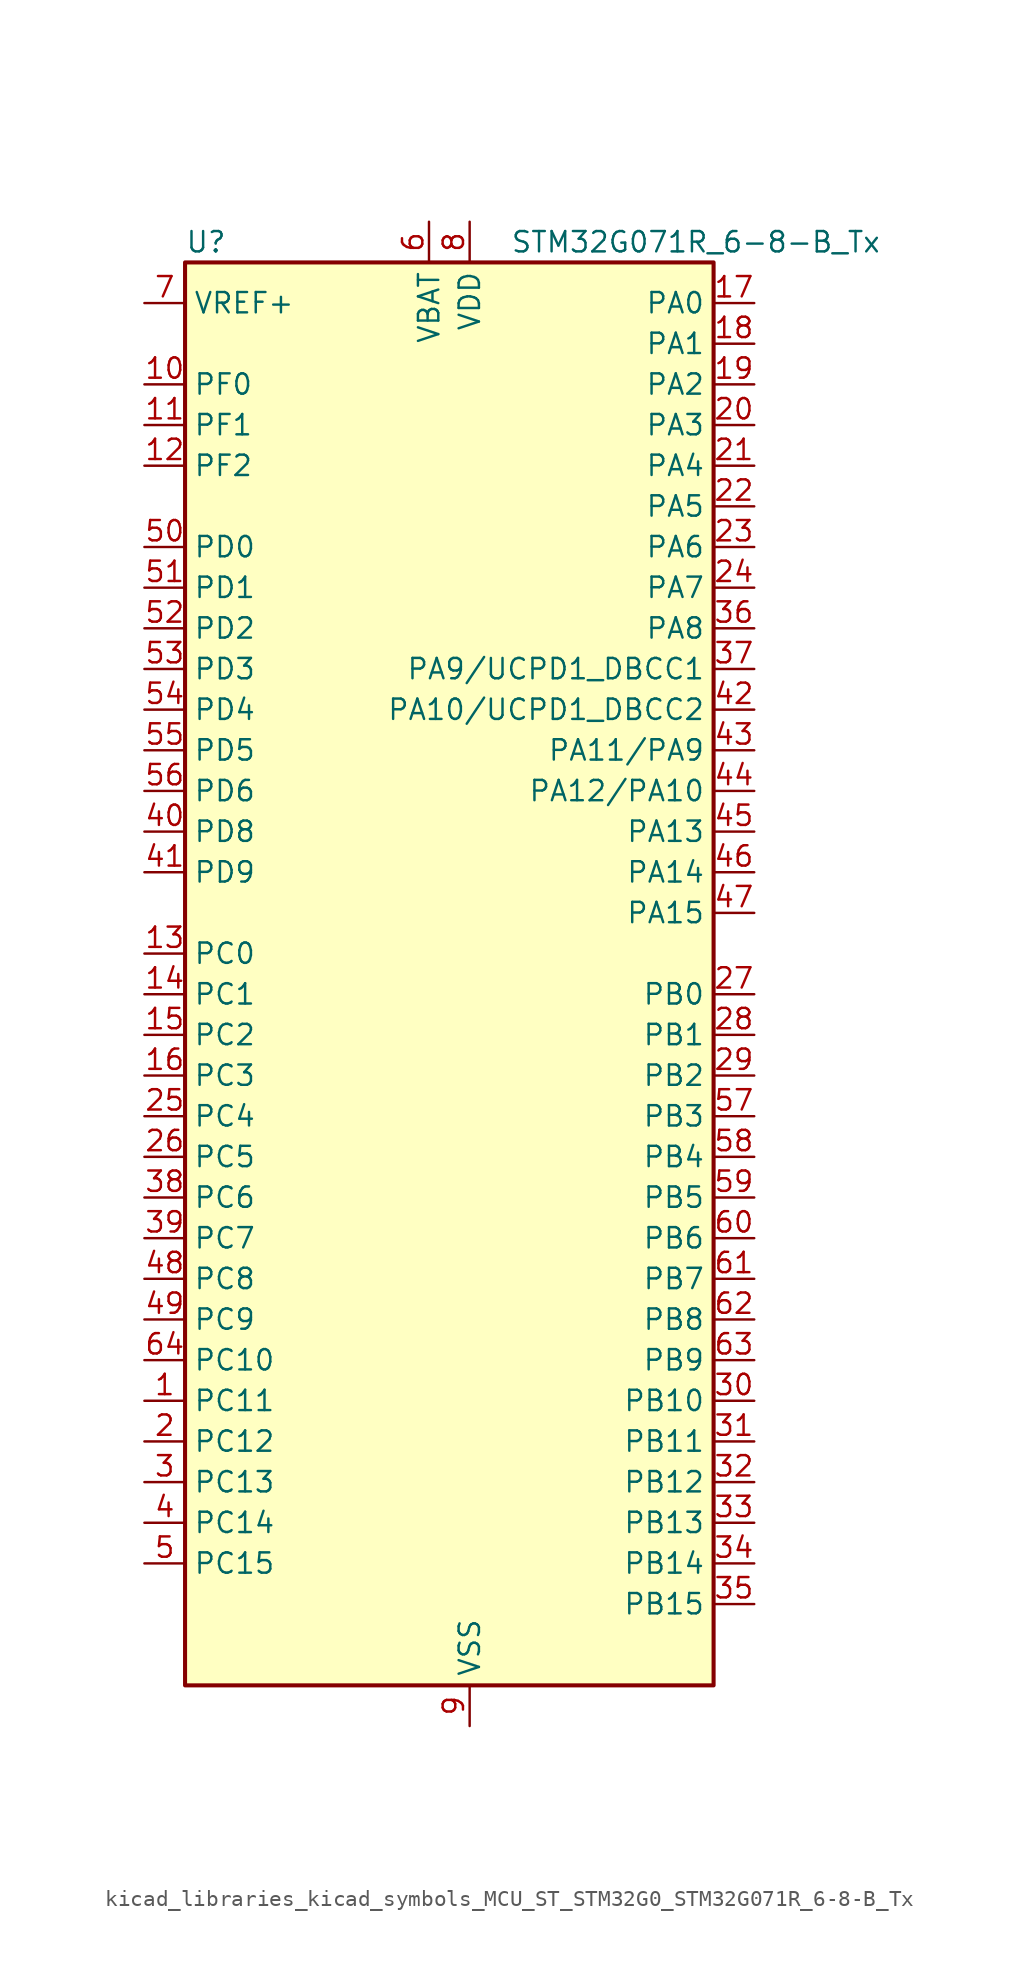
<source format=kicad_sym>
(kicad_symbol_lib
  (version 20220914)
  (generator kicad_symbol_editor)
  (symbol "kicad_libraries_kicad_symbols_MCU_ST_STM32G0_STM32G071R_6-8-B_Tx"
    (property "Reference" "U"
      (at -15.24 46.99 0)
      (effects (font (size 1.27 1.27)) (justify left)))
    (property "Value" "STM32G071R_6-8-B_Tx"
      (at 5.08 46.99 0)
      (effects (font (size 1.27 1.27)) (justify left)))
    (property "ki_locked" ""
      (at 0 0 0)
      (effects (font (size 1.27 1.27))))
    (symbol "kicad_libraries_kicad_symbols_MCU_ST_STM32G0_STM32G071R_6-8-B_Tx_0_1"
      (rectangle (start -15.24 -43.18) (end 17.78 45.72) (stroke (width 0.254) (type default)) (fill (type background))))
    (symbol "kicad_libraries_kicad_symbols_MCU_ST_STM32G0_STM32G071R_6-8-B_Tx_1_1"
      (pin bidirectional line (at -17.78 -25.4 0) (length 2.54) (name "PC11" (effects (font (size 1.27 1.27)))) (number "1" (effects (font (size 1.27 1.27)))) (alternate "ADC1_EXTI11" bidirectional line) (alternate "TIM1_CH4" bidirectional line) (alternate "USART3_RX" bidirectional line) (alternate "USART4_RX" bidirectional line))
      (pin bidirectional line (at -17.78 38.1 0) (length 2.54) (name "PF0" (effects (font (size 1.27 1.27)))) (number "10" (effects (font (size 1.27 1.27)))) (alternate "RCC_OSC_IN" bidirectional line) (alternate "TIM14_CH1" bidirectional line))
      (pin bidirectional line (at -17.78 35.56 0) (length 2.54) (name "PF1" (effects (font (size 1.27 1.27)))) (number "11" (effects (font (size 1.27 1.27)))) (alternate "RCC_OSC_EN" bidirectional line) (alternate "RCC_OSC_OUT" bidirectional line) (alternate "TIM15_CH1N" bidirectional line))
      (pin bidirectional line (at -17.78 33.02 0) (length 2.54) (name "PF2" (effects (font (size 1.27 1.27)))) (number "12" (effects (font (size 1.27 1.27)))) (alternate "RCC_MCO" bidirectional line))
      (pin bidirectional line (at -17.78 2.54 0) (length 2.54) (name "PC0" (effects (font (size 1.27 1.27)))) (number "13" (effects (font (size 1.27 1.27)))) (alternate "LPTIM1_IN1" bidirectional line) (alternate "LPTIM2_IN1" bidirectional line) (alternate "LPUART1_RX" bidirectional line))
      (pin bidirectional line (at -17.78 0 0) (length 2.54) (name "PC1" (effects (font (size 1.27 1.27)))) (number "14" (effects (font (size 1.27 1.27)))) (alternate "LPTIM1_OUT" bidirectional line) (alternate "LPUART1_TX" bidirectional line) (alternate "TIM15_CH1" bidirectional line))
      (pin bidirectional line (at -17.78 -2.54 0) (length 2.54) (name "PC2" (effects (font (size 1.27 1.27)))) (number "15" (effects (font (size 1.27 1.27)))) (alternate "LPTIM1_IN2" bidirectional line) (alternate "SPI2_MISO" bidirectional line) (alternate "TIM15_CH2" bidirectional line))
      (pin bidirectional line (at -17.78 -5.08 0) (length 2.54) (name "PC3" (effects (font (size 1.27 1.27)))) (number "16" (effects (font (size 1.27 1.27)))) (alternate "LPTIM1_ETR" bidirectional line) (alternate "LPTIM2_ETR" bidirectional line) (alternate "SPI2_MOSI" bidirectional line))
      (pin bidirectional line (at 20.32 43.18 180) (length 2.54) (name "PA0" (effects (font (size 1.27 1.27)))) (number "17" (effects (font (size 1.27 1.27)))) (alternate "ADC1_IN0" bidirectional line) (alternate "COMP1_INM" bidirectional line) (alternate "COMP1_OUT" bidirectional line) (alternate "LPTIM1_OUT" bidirectional line) (alternate "RTC_TAMP_IN2" bidirectional line) (alternate "SPI2_SCK" bidirectional line) (alternate "SYS_WKUP1" bidirectional line) (alternate "TIM2_CH1" bidirectional line) (alternate "TIM2_ETR" bidirectional line) (alternate "UCPD2_FRSTX1" bidirectional line) (alternate "UCPD2_FRSTX2" bidirectional line) (alternate "USART2_CTS" bidirectional line) (alternate "USART2_NSS" bidirectional line) (alternate "USART4_TX" bidirectional line))
      (pin bidirectional line (at 20.32 40.64 180) (length 2.54) (name "PA1" (effects (font (size 1.27 1.27)))) (number "18" (effects (font (size 1.27 1.27)))) (alternate "ADC1_IN1" bidirectional line) (alternate "COMP1_INP" bidirectional line) (alternate "I2C1_SMBA" bidirectional line) (alternate "I2S1_CK" bidirectional line) (alternate "SPI1_SCK" bidirectional line) (alternate "TIM15_CH1N" bidirectional line) (alternate "TIM2_CH2" bidirectional line) (alternate "USART2_CK" bidirectional line) (alternate "USART2_DE" bidirectional line) (alternate "USART2_RTS" bidirectional line) (alternate "USART4_RX" bidirectional line))
      (pin bidirectional line (at 20.32 38.1 180) (length 2.54) (name "PA2" (effects (font (size 1.27 1.27)))) (number "19" (effects (font (size 1.27 1.27)))) (alternate "ADC1_IN2" bidirectional line) (alternate "COMP2_INM" bidirectional line) (alternate "COMP2_OUT" bidirectional line) (alternate "I2S1_SD" bidirectional line) (alternate "LPUART1_TX" bidirectional line) (alternate "RCC_LSCO" bidirectional line) (alternate "SPI1_MOSI" bidirectional line) (alternate "SYS_WKUP4" bidirectional line) (alternate "TIM15_CH1" bidirectional line) (alternate "TIM2_CH3" bidirectional line) (alternate "UCPD1_FRSTX1" bidirectional line) (alternate "UCPD1_FRSTX2" bidirectional line) (alternate "USART2_TX" bidirectional line))
      (pin bidirectional line (at -17.78 -27.94 0) (length 2.54) (name "PC12" (effects (font (size 1.27 1.27)))) (number "2" (effects (font (size 1.27 1.27)))) (alternate "LPTIM1_IN1" bidirectional line) (alternate "TIM14_CH1" bidirectional line) (alternate "UCPD1_FRSTX1" bidirectional line) (alternate "UCPD1_FRSTX2" bidirectional line))
      (pin bidirectional line (at 20.32 35.56 180) (length 2.54) (name "PA3" (effects (font (size 1.27 1.27)))) (number "20" (effects (font (size 1.27 1.27)))) (alternate "ADC1_IN3" bidirectional line) (alternate "COMP2_INP" bidirectional line) (alternate "LPUART1_RX" bidirectional line) (alternate "SPI2_MISO" bidirectional line) (alternate "TIM15_CH2" bidirectional line) (alternate "TIM2_CH4" bidirectional line) (alternate "UCPD2_FRSTX1" bidirectional line) (alternate "UCPD2_FRSTX2" bidirectional line) (alternate "USART2_RX" bidirectional line))
      (pin bidirectional line (at 20.32 33.02 180) (length 2.54) (name "PA4" (effects (font (size 1.27 1.27)))) (number "21" (effects (font (size 1.27 1.27)))) (alternate "ADC1_IN4" bidirectional line) (alternate "DAC1_OUT1" bidirectional line) (alternate "I2S1_WS" bidirectional line) (alternate "LPTIM2_OUT" bidirectional line) (alternate "RTC_OUT_ALARM" bidirectional line) (alternate "RTC_OUT_CALIB" bidirectional line) (alternate "SPI1_NSS" bidirectional line) (alternate "SPI2_MOSI" bidirectional line) (alternate "TIM14_CH1" bidirectional line) (alternate "UCPD2_FRSTX1" bidirectional line) (alternate "UCPD2_FRSTX2" bidirectional line))
      (pin bidirectional line (at 20.32 30.48 180) (length 2.54) (name "PA5" (effects (font (size 1.27 1.27)))) (number "22" (effects (font (size 1.27 1.27)))) (alternate "ADC1_IN5" bidirectional line) (alternate "CEC" bidirectional line) (alternate "DAC1_OUT2" bidirectional line) (alternate "I2S1_CK" bidirectional line) (alternate "LPTIM2_ETR" bidirectional line) (alternate "SPI1_SCK" bidirectional line) (alternate "TIM2_CH1" bidirectional line) (alternate "TIM2_ETR" bidirectional line) (alternate "UCPD1_FRSTX1" bidirectional line) (alternate "UCPD1_FRSTX2" bidirectional line) (alternate "USART3_TX" bidirectional line))
      (pin bidirectional line (at 20.32 27.94 180) (length 2.54) (name "PA6" (effects (font (size 1.27 1.27)))) (number "23" (effects (font (size 1.27 1.27)))) (alternate "ADC1_IN6" bidirectional line) (alternate "COMP1_OUT" bidirectional line) (alternate "I2S1_MCK" bidirectional line) (alternate "LPUART1_CTS" bidirectional line) (alternate "SPI1_MISO" bidirectional line) (alternate "TIM16_CH1" bidirectional line) (alternate "TIM1_BK" bidirectional line) (alternate "TIM3_CH1" bidirectional line) (alternate "USART3_CTS" bidirectional line) (alternate "USART3_NSS" bidirectional line))
      (pin bidirectional line (at 20.32 25.4 180) (length 2.54) (name "PA7" (effects (font (size 1.27 1.27)))) (number "24" (effects (font (size 1.27 1.27)))) (alternate "ADC1_IN7" bidirectional line) (alternate "COMP2_OUT" bidirectional line) (alternate "I2S1_SD" bidirectional line) (alternate "SPI1_MOSI" bidirectional line) (alternate "TIM14_CH1" bidirectional line) (alternate "TIM17_CH1" bidirectional line) (alternate "TIM1_CH1N" bidirectional line) (alternate "TIM3_CH2" bidirectional line) (alternate "UCPD1_FRSTX1" bidirectional line) (alternate "UCPD1_FRSTX2" bidirectional line))
      (pin bidirectional line (at -17.78 -7.62 0) (length 2.54) (name "PC4" (effects (font (size 1.27 1.27)))) (number "25" (effects (font (size 1.27 1.27)))) (alternate "ADC1_IN17" bidirectional line) (alternate "COMP1_INM" bidirectional line) (alternate "TIM2_CH1" bidirectional line) (alternate "TIM2_ETR" bidirectional line) (alternate "USART1_TX" bidirectional line) (alternate "USART3_TX" bidirectional line))
      (pin bidirectional line (at -17.78 -10.16 0) (length 2.54) (name "PC5" (effects (font (size 1.27 1.27)))) (number "26" (effects (font (size 1.27 1.27)))) (alternate "ADC1_IN18" bidirectional line) (alternate "COMP1_INP" bidirectional line) (alternate "SYS_WKUP5" bidirectional line) (alternate "TIM2_CH2" bidirectional line) (alternate "USART1_RX" bidirectional line) (alternate "USART3_RX" bidirectional line))
      (pin bidirectional line (at 20.32 0 180) (length 2.54) (name "PB0" (effects (font (size 1.27 1.27)))) (number "27" (effects (font (size 1.27 1.27)))) (alternate "ADC1_IN8" bidirectional line) (alternate "COMP1_OUT" bidirectional line) (alternate "I2S1_WS" bidirectional line) (alternate "LPTIM1_OUT" bidirectional line) (alternate "SPI1_NSS" bidirectional line) (alternate "TIM1_CH2N" bidirectional line) (alternate "TIM3_CH3" bidirectional line) (alternate "UCPD1_FRSTX1" bidirectional line) (alternate "UCPD1_FRSTX2" bidirectional line) (alternate "USART3_RX" bidirectional line))
      (pin bidirectional line (at 20.32 -2.54 180) (length 2.54) (name "PB1" (effects (font (size 1.27 1.27)))) (number "28" (effects (font (size 1.27 1.27)))) (alternate "ADC1_IN9" bidirectional line) (alternate "COMP1_INM" bidirectional line) (alternate "LPTIM2_IN1" bidirectional line) (alternate "LPUART1_DE" bidirectional line) (alternate "LPUART1_RTS" bidirectional line) (alternate "TIM14_CH1" bidirectional line) (alternate "TIM1_CH3N" bidirectional line) (alternate "TIM3_CH4" bidirectional line) (alternate "USART3_CK" bidirectional line) (alternate "USART3_DE" bidirectional line) (alternate "USART3_RTS" bidirectional line))
      (pin bidirectional line (at 20.32 -5.08 180) (length 2.54) (name "PB2" (effects (font (size 1.27 1.27)))) (number "29" (effects (font (size 1.27 1.27)))) (alternate "ADC1_IN10" bidirectional line) (alternate "COMP1_INP" bidirectional line) (alternate "LPTIM1_OUT" bidirectional line) (alternate "SPI2_MISO" bidirectional line) (alternate "USART3_TX" bidirectional line))
      (pin bidirectional line (at -17.78 -30.48 0) (length 2.54) (name "PC13" (effects (font (size 1.27 1.27)))) (number "3" (effects (font (size 1.27 1.27)))) (alternate "RTC_OUT_ALARM" bidirectional line) (alternate "RTC_OUT_CALIB" bidirectional line) (alternate "RTC_TAMP_IN1" bidirectional line) (alternate "RTC_TS" bidirectional line) (alternate "SYS_WKUP2" bidirectional line) (alternate "TIM1_BK" bidirectional line))
      (pin bidirectional line (at 20.32 -25.4 180) (length 2.54) (name "PB10" (effects (font (size 1.27 1.27)))) (number "30" (effects (font (size 1.27 1.27)))) (alternate "ADC1_IN11" bidirectional line) (alternate "CEC" bidirectional line) (alternate "COMP1_OUT" bidirectional line) (alternate "I2C2_SCL" bidirectional line) (alternate "LPUART1_RX" bidirectional line) (alternate "SPI2_SCK" bidirectional line) (alternate "TIM2_CH3" bidirectional line) (alternate "USART3_TX" bidirectional line))
      (pin bidirectional line (at 20.32 -27.94 180) (length 2.54) (name "PB11" (effects (font (size 1.27 1.27)))) (number "31" (effects (font (size 1.27 1.27)))) (alternate "ADC1_EXTI11" bidirectional line) (alternate "ADC1_IN15" bidirectional line) (alternate "COMP2_OUT" bidirectional line) (alternate "I2C2_SDA" bidirectional line) (alternate "LPUART1_TX" bidirectional line) (alternate "SPI2_MOSI" bidirectional line) (alternate "TIM2_CH4" bidirectional line) (alternate "USART3_RX" bidirectional line))
      (pin bidirectional line (at 20.32 -30.48 180) (length 2.54) (name "PB12" (effects (font (size 1.27 1.27)))) (number "32" (effects (font (size 1.27 1.27)))) (alternate "ADC1_IN16" bidirectional line) (alternate "LPUART1_DE" bidirectional line) (alternate "LPUART1_RTS" bidirectional line) (alternate "SPI2_NSS" bidirectional line) (alternate "TIM15_BK" bidirectional line) (alternate "TIM1_BK" bidirectional line) (alternate "UCPD2_FRSTX1" bidirectional line) (alternate "UCPD2_FRSTX2" bidirectional line))
      (pin bidirectional line (at 20.32 -33.02 180) (length 2.54) (name "PB13" (effects (font (size 1.27 1.27)))) (number "33" (effects (font (size 1.27 1.27)))) (alternate "I2C2_SCL" bidirectional line) (alternate "LPUART1_CTS" bidirectional line) (alternate "SPI2_SCK" bidirectional line) (alternate "TIM15_CH1N" bidirectional line) (alternate "TIM1_CH1N" bidirectional line) (alternate "USART3_CTS" bidirectional line) (alternate "USART3_NSS" bidirectional line))
      (pin bidirectional line (at 20.32 -35.56 180) (length 2.54) (name "PB14" (effects (font (size 1.27 1.27)))) (number "34" (effects (font (size 1.27 1.27)))) (alternate "I2C2_SDA" bidirectional line) (alternate "SPI2_MISO" bidirectional line) (alternate "TIM15_CH1" bidirectional line) (alternate "TIM1_CH2N" bidirectional line) (alternate "UCPD1_FRSTX1" bidirectional line) (alternate "UCPD1_FRSTX2" bidirectional line) (alternate "USART3_CK" bidirectional line) (alternate "USART3_DE" bidirectional line) (alternate "USART3_RTS" bidirectional line))
      (pin bidirectional line (at 20.32 -38.1 180) (length 2.54) (name "PB15" (effects (font (size 1.27 1.27)))) (number "35" (effects (font (size 1.27 1.27)))) (alternate "RTC_REFIN" bidirectional line) (alternate "SPI2_MOSI" bidirectional line) (alternate "TIM15_CH1N" bidirectional line) (alternate "TIM15_CH2" bidirectional line) (alternate "TIM1_CH3N" bidirectional line) (alternate "UCPD1_CC2" bidirectional line))
      (pin bidirectional line (at 20.32 22.86 180) (length 2.54) (name "PA8" (effects (font (size 1.27 1.27)))) (number "36" (effects (font (size 1.27 1.27)))) (alternate "LPTIM2_OUT" bidirectional line) (alternate "RCC_MCO" bidirectional line) (alternate "SPI2_NSS" bidirectional line) (alternate "TIM1_CH1" bidirectional line) (alternate "UCPD1_CC1" bidirectional line))
      (pin bidirectional line (at 20.32 20.32 180) (length 2.54) (name "PA9/UCPD1_DBCC1" (effects (font (size 1.27 1.27)))) (number "37" (effects (font (size 1.27 1.27)))) (alternate "DAC1_EXTI9" bidirectional line) (alternate "I2C1_SCL" bidirectional line) (alternate "RCC_MCO" bidirectional line) (alternate "SPI2_MISO" bidirectional line) (alternate "TIM15_BK" bidirectional line) (alternate "TIM1_CH2" bidirectional line) (alternate "UCPD1_DBCC1" bidirectional line) (alternate "USART1_TX" bidirectional line))
      (pin bidirectional line (at -17.78 -12.7 0) (length 2.54) (name "PC6" (effects (font (size 1.27 1.27)))) (number "38" (effects (font (size 1.27 1.27)))) (alternate "TIM2_CH3" bidirectional line) (alternate "TIM3_CH1" bidirectional line) (alternate "UCPD1_FRSTX1" bidirectional line) (alternate "UCPD1_FRSTX2" bidirectional line))
      (pin bidirectional line (at -17.78 -15.24 0) (length 2.54) (name "PC7" (effects (font (size 1.27 1.27)))) (number "39" (effects (font (size 1.27 1.27)))) (alternate "TIM2_CH4" bidirectional line) (alternate "TIM3_CH2" bidirectional line) (alternate "UCPD2_FRSTX1" bidirectional line) (alternate "UCPD2_FRSTX2" bidirectional line))
      (pin bidirectional line (at -17.78 -33.02 0) (length 2.54) (name "PC14" (effects (font (size 1.27 1.27)))) (number "4" (effects (font (size 1.27 1.27)))) (alternate "RCC_OSC32_IN" bidirectional line) (alternate "TIM1_BK2" bidirectional line))
      (pin bidirectional line (at -17.78 10.16 0) (length 2.54) (name "PD8" (effects (font (size 1.27 1.27)))) (number "40" (effects (font (size 1.27 1.27)))) (alternate "I2S1_CK" bidirectional line) (alternate "LPTIM1_OUT" bidirectional line) (alternate "SPI1_SCK" bidirectional line) (alternate "USART3_TX" bidirectional line))
      (pin bidirectional line (at -17.78 7.62 0) (length 2.54) (name "PD9" (effects (font (size 1.27 1.27)))) (number "41" (effects (font (size 1.27 1.27)))) (alternate "DAC1_EXTI9" bidirectional line) (alternate "I2S1_WS" bidirectional line) (alternate "SPI1_NSS" bidirectional line) (alternate "TIM1_BK2" bidirectional line) (alternate "USART3_RX" bidirectional line))
      (pin bidirectional line (at 20.32 17.78 180) (length 2.54) (name "PA10/UCPD1_DBCC2" (effects (font (size 1.27 1.27)))) (number "42" (effects (font (size 1.27 1.27)))) (alternate "I2C1_SDA" bidirectional line) (alternate "SPI2_MOSI" bidirectional line) (alternate "TIM17_BK" bidirectional line) (alternate "TIM1_CH3" bidirectional line) (alternate "UCPD1_DBCC2" bidirectional line) (alternate "USART1_RX" bidirectional line))
      (pin bidirectional line (at 20.32 15.24 180) (length 2.54) (name "PA11/PA9" (effects (font (size 1.27 1.27)))) (number "43" (effects (font (size 1.27 1.27)))) (alternate "ADC1_EXTI11" bidirectional line) (alternate "COMP1_OUT" bidirectional line) (alternate "I2C2_SCL" bidirectional line) (alternate "I2S1_MCK" bidirectional line) (alternate "SPI1_MISO" bidirectional line) (alternate "TIM1_BK2" bidirectional line) (alternate "TIM1_CH4" bidirectional line) (alternate "USART1_CTS" bidirectional line) (alternate "USART1_NSS" bidirectional line))
      (pin bidirectional line (at 20.32 12.7 180) (length 2.54) (name "PA12/PA10" (effects (font (size 1.27 1.27)))) (number "44" (effects (font (size 1.27 1.27)))) (alternate "COMP2_OUT" bidirectional line) (alternate "I2C2_SDA" bidirectional line) (alternate "I2S1_SD" bidirectional line) (alternate "I2S_CKIN" bidirectional line) (alternate "SPI1_MOSI" bidirectional line) (alternate "TIM1_ETR" bidirectional line) (alternate "USART1_CK" bidirectional line) (alternate "USART1_DE" bidirectional line) (alternate "USART1_RTS" bidirectional line))
      (pin bidirectional line (at 20.32 10.16 180) (length 2.54) (name "PA13" (effects (font (size 1.27 1.27)))) (number "45" (effects (font (size 1.27 1.27)))) (alternate "IR_OUT" bidirectional line) (alternate "SYS_SWDIO" bidirectional line))
      (pin bidirectional line (at 20.32 7.62 180) (length 2.54) (name "PA14" (effects (font (size 1.27 1.27)))) (number "46" (effects (font (size 1.27 1.27)))) (alternate "SYS_SWCLK" bidirectional line) (alternate "USART2_TX" bidirectional line))
      (pin bidirectional line (at 20.32 5.08 180) (length 2.54) (name "PA15" (effects (font (size 1.27 1.27)))) (number "47" (effects (font (size 1.27 1.27)))) (alternate "I2S1_WS" bidirectional line) (alternate "SPI1_NSS" bidirectional line) (alternate "TIM2_CH1" bidirectional line) (alternate "TIM2_ETR" bidirectional line) (alternate "USART2_RX" bidirectional line) (alternate "USART3_CK" bidirectional line) (alternate "USART3_DE" bidirectional line) (alternate "USART3_RTS" bidirectional line) (alternate "USART4_CK" bidirectional line) (alternate "USART4_DE" bidirectional line) (alternate "USART4_RTS" bidirectional line))
      (pin bidirectional line (at -17.78 -17.78 0) (length 2.54) (name "PC8" (effects (font (size 1.27 1.27)))) (number "48" (effects (font (size 1.27 1.27)))) (alternate "TIM1_CH1" bidirectional line) (alternate "TIM3_CH3" bidirectional line) (alternate "UCPD2_FRSTX1" bidirectional line) (alternate "UCPD2_FRSTX2" bidirectional line))
      (pin bidirectional line (at -17.78 -20.32 0) (length 2.54) (name "PC9" (effects (font (size 1.27 1.27)))) (number "49" (effects (font (size 1.27 1.27)))) (alternate "DAC1_EXTI9" bidirectional line) (alternate "I2S_CKIN" bidirectional line) (alternate "TIM1_CH2" bidirectional line) (alternate "TIM3_CH4" bidirectional line))
      (pin bidirectional line (at -17.78 -35.56 0) (length 2.54) (name "PC15" (effects (font (size 1.27 1.27)))) (number "5" (effects (font (size 1.27 1.27)))) (alternate "RCC_OSC32_EN" bidirectional line) (alternate "RCC_OSC32_OUT" bidirectional line) (alternate "RCC_OSC_EN" bidirectional line) (alternate "TIM15_BK" bidirectional line))
      (pin bidirectional line (at -17.78 27.94 0) (length 2.54) (name "PD0" (effects (font (size 1.27 1.27)))) (number "50" (effects (font (size 1.27 1.27)))) (alternate "SPI2_NSS" bidirectional line) (alternate "TIM16_CH1" bidirectional line) (alternate "UCPD2_CC1" bidirectional line))
      (pin bidirectional line (at -17.78 25.4 0) (length 2.54) (name "PD1" (effects (font (size 1.27 1.27)))) (number "51" (effects (font (size 1.27 1.27)))) (alternate "SPI2_SCK" bidirectional line) (alternate "TIM17_CH1" bidirectional line) (alternate "UCPD2_DBCC1" bidirectional line))
      (pin bidirectional line (at -17.78 22.86 0) (length 2.54) (name "PD2" (effects (font (size 1.27 1.27)))) (number "52" (effects (font (size 1.27 1.27)))) (alternate "TIM1_CH1N" bidirectional line) (alternate "TIM3_ETR" bidirectional line) (alternate "UCPD2_CC2" bidirectional line) (alternate "USART3_CK" bidirectional line) (alternate "USART3_DE" bidirectional line) (alternate "USART3_RTS" bidirectional line))
      (pin bidirectional line (at -17.78 20.32 0) (length 2.54) (name "PD3" (effects (font (size 1.27 1.27)))) (number "53" (effects (font (size 1.27 1.27)))) (alternate "SPI2_MISO" bidirectional line) (alternate "TIM1_CH2N" bidirectional line) (alternate "UCPD2_DBCC2" bidirectional line) (alternate "USART2_CTS" bidirectional line) (alternate "USART2_NSS" bidirectional line))
      (pin bidirectional line (at -17.78 17.78 0) (length 2.54) (name "PD4" (effects (font (size 1.27 1.27)))) (number "54" (effects (font (size 1.27 1.27)))) (alternate "SPI2_MOSI" bidirectional line) (alternate "TIM1_CH3N" bidirectional line) (alternate "USART2_CK" bidirectional line) (alternate "USART2_DE" bidirectional line) (alternate "USART2_RTS" bidirectional line))
      (pin bidirectional line (at -17.78 15.24 0) (length 2.54) (name "PD5" (effects (font (size 1.27 1.27)))) (number "55" (effects (font (size 1.27 1.27)))) (alternate "I2S1_MCK" bidirectional line) (alternate "SPI1_MISO" bidirectional line) (alternate "TIM1_BK" bidirectional line) (alternate "USART2_TX" bidirectional line))
      (pin bidirectional line (at -17.78 12.7 0) (length 2.54) (name "PD6" (effects (font (size 1.27 1.27)))) (number "56" (effects (font (size 1.27 1.27)))) (alternate "I2S1_SD" bidirectional line) (alternate "LPTIM2_OUT" bidirectional line) (alternate "SPI1_MOSI" bidirectional line) (alternate "USART2_RX" bidirectional line))
      (pin bidirectional line (at 20.32 -7.62 180) (length 2.54) (name "PB3" (effects (font (size 1.27 1.27)))) (number "57" (effects (font (size 1.27 1.27)))) (alternate "COMP2_INM" bidirectional line) (alternate "I2S1_CK" bidirectional line) (alternate "SPI1_SCK" bidirectional line) (alternate "TIM1_CH2" bidirectional line) (alternate "TIM2_CH2" bidirectional line) (alternate "USART1_CK" bidirectional line) (alternate "USART1_DE" bidirectional line) (alternate "USART1_RTS" bidirectional line))
      (pin bidirectional line (at 20.32 -10.16 180) (length 2.54) (name "PB4" (effects (font (size 1.27 1.27)))) (number "58" (effects (font (size 1.27 1.27)))) (alternate "COMP2_INP" bidirectional line) (alternate "I2S1_MCK" bidirectional line) (alternate "SPI1_MISO" bidirectional line) (alternate "TIM17_BK" bidirectional line) (alternate "TIM3_CH1" bidirectional line) (alternate "USART1_CTS" bidirectional line) (alternate "USART1_NSS" bidirectional line))
      (pin bidirectional line (at 20.32 -12.7 180) (length 2.54) (name "PB5" (effects (font (size 1.27 1.27)))) (number "59" (effects (font (size 1.27 1.27)))) (alternate "COMP2_OUT" bidirectional line) (alternate "I2C1_SMBA" bidirectional line) (alternate "I2S1_SD" bidirectional line) (alternate "LPTIM1_IN1" bidirectional line) (alternate "SPI1_MOSI" bidirectional line) (alternate "SYS_WKUP6" bidirectional line) (alternate "TIM16_BK" bidirectional line) (alternate "TIM3_CH2" bidirectional line))
      (pin power_in line (at 0 48.26 270) (length 2.54) (name "VBAT" (effects (font (size 1.27 1.27)))) (number "6" (effects (font (size 1.27 1.27)))))
      (pin bidirectional line (at 20.32 -15.24 180) (length 2.54) (name "PB6" (effects (font (size 1.27 1.27)))) (number "60" (effects (font (size 1.27 1.27)))) (alternate "COMP2_INP" bidirectional line) (alternate "I2C1_SCL" bidirectional line) (alternate "LPTIM1_ETR" bidirectional line) (alternate "SPI2_MISO" bidirectional line) (alternate "TIM16_CH1N" bidirectional line) (alternate "TIM1_CH3" bidirectional line) (alternate "USART1_TX" bidirectional line))
      (pin bidirectional line (at 20.32 -17.78 180) (length 2.54) (name "PB7" (effects (font (size 1.27 1.27)))) (number "61" (effects (font (size 1.27 1.27)))) (alternate "COMP2_INM" bidirectional line) (alternate "I2C1_SDA" bidirectional line) (alternate "LPTIM1_IN2" bidirectional line) (alternate "SPI2_MOSI" bidirectional line) (alternate "SYS_PVD_IN" bidirectional line) (alternate "TIM17_CH1N" bidirectional line) (alternate "USART1_RX" bidirectional line) (alternate "USART4_CTS" bidirectional line) (alternate "USART4_NSS" bidirectional line))
      (pin bidirectional line (at 20.32 -20.32 180) (length 2.54) (name "PB8" (effects (font (size 1.27 1.27)))) (number "62" (effects (font (size 1.27 1.27)))) (alternate "CEC" bidirectional line) (alternate "I2C1_SCL" bidirectional line) (alternate "SPI2_SCK" bidirectional line) (alternate "TIM15_BK" bidirectional line) (alternate "TIM16_CH1" bidirectional line) (alternate "USART3_TX" bidirectional line))
      (pin bidirectional line (at 20.32 -22.86 180) (length 2.54) (name "PB9" (effects (font (size 1.27 1.27)))) (number "63" (effects (font (size 1.27 1.27)))) (alternate "DAC1_EXTI9" bidirectional line) (alternate "I2C1_SDA" bidirectional line) (alternate "IR_OUT" bidirectional line) (alternate "SPI2_NSS" bidirectional line) (alternate "TIM17_CH1" bidirectional line) (alternate "UCPD2_FRSTX1" bidirectional line) (alternate "UCPD2_FRSTX2" bidirectional line) (alternate "USART3_RX" bidirectional line))
      (pin bidirectional line (at -17.78 -22.86 0) (length 2.54) (name "PC10" (effects (font (size 1.27 1.27)))) (number "64" (effects (font (size 1.27 1.27)))) (alternate "TIM1_CH3" bidirectional line) (alternate "USART3_TX" bidirectional line) (alternate "USART4_TX" bidirectional line))
      (pin input line (at -17.78 43.18 0) (length 2.54) (name "VREF+" (effects (font (size 1.27 1.27)))) (number "7" (effects (font (size 1.27 1.27)))) (alternate "VREFBUF_OUT" bidirectional line))
      (pin power_in line (at 2.54 48.26 270) (length 2.54) (name "VDD" (effects (font (size 1.27 1.27)))) (number "8" (effects (font (size 1.27 1.27)))))
      (pin power_in line (at 2.54 -45.72 90) (length 2.54) (name "VSS" (effects (font (size 1.27 1.27)))) (number "9" (effects (font (size 1.27 1.27))))))))
</source>
